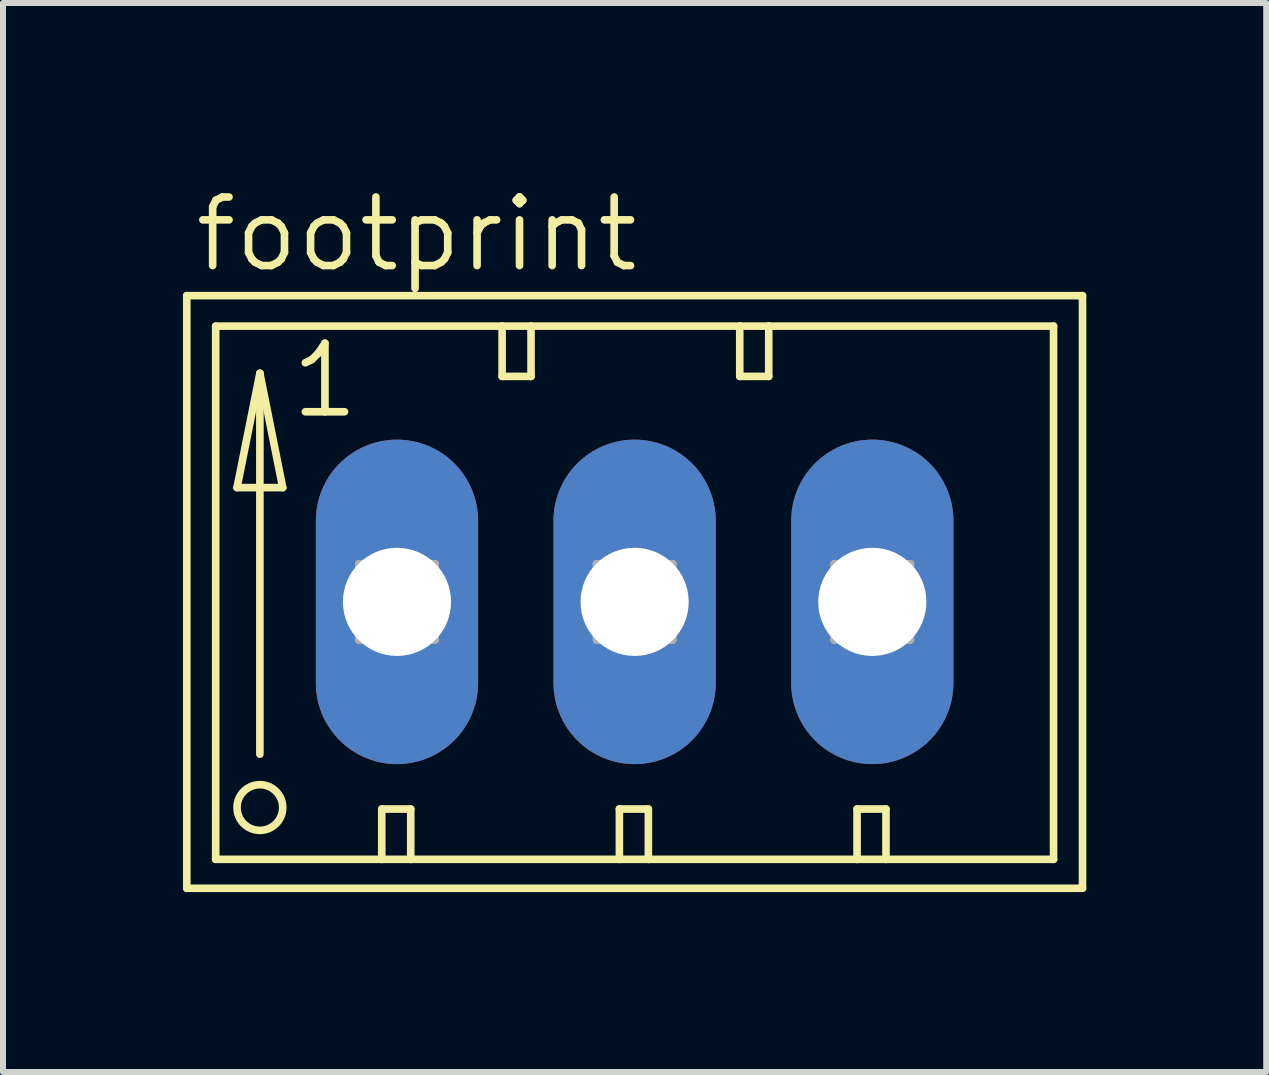
<source format=kicad_pcb>
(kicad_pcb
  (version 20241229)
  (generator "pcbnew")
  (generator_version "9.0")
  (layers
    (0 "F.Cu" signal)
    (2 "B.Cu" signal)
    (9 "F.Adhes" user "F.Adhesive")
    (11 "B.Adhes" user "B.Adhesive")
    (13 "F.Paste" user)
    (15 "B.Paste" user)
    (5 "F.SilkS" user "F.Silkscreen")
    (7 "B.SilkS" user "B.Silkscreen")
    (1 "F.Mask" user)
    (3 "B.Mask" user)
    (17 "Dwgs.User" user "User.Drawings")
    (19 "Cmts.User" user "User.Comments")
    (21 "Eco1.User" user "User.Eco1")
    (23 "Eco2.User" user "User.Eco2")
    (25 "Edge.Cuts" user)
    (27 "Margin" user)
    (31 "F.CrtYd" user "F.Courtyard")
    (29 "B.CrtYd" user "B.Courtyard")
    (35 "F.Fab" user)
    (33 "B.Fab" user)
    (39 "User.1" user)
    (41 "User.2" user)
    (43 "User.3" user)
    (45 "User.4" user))
  (footprint "footprint"
    (layer "F.Cu")
    (at 1.029 6.985)
    (property "Reference" "footprint" (at -0.889 -5.461 0) (layer "F.SilkS") (effects (font (size 1.143 1.143) (thickness 0.127)) (justify left bottom)))
    (fp_line (start -0.965 -5.105) (end -0.965 4.775) (stroke (width 0.127) (type solid)) (layer "F.SilkS"))
    (fp_line (start -0.965 4.775) (end 13.97 4.775) (stroke (width 0.127) (type solid)) (layer "F.SilkS"))
    (fp_line (start -0.483 -4.597) (end -0.483 4.293) (stroke (width 0.127) (type solid)) (layer "F.SilkS"))
    (fp_line (start -0.483 4.293) (end 2.286 4.293) (stroke (width 0.127) (type solid)) (layer "F.SilkS"))
    (fp_line (start -0.127 -1.905) (end 0.635 -1.905) (stroke (width 0.127) (type solid)) (layer "F.SilkS"))
    (fp_line (start 0.254 -3.81) (end -0.127 -1.905) (stroke (width 0.127) (type solid)) (layer "F.SilkS"))
    (fp_line (start 0.254 -3.81) (end 0.635 -1.905) (stroke (width 0.127) (type solid)) (layer "F.SilkS"))
    (fp_line (start 0.254 2.54) (end 0.254 -3.81) (stroke (width 0.127) (type solid)) (layer "F.SilkS"))
    (fp_line (start 2.286 3.454) (end 2.286 4.293) (stroke (width 0.127) (type solid)) (layer "F.SilkS"))
    (fp_line (start 2.286 3.454) (end 2.769 3.454) (stroke (width 0.127) (type solid)) (layer "F.SilkS"))
    (fp_line (start 2.286 4.293) (end 2.769 4.293) (stroke (width 0.127) (type solid)) (layer "F.SilkS"))
    (fp_line (start 2.769 3.454) (end 2.769 4.293) (stroke (width 0.127) (type solid)) (layer "F.SilkS"))
    (fp_line (start 2.769 4.293) (end 6.248 4.293) (stroke (width 0.127) (type solid)) (layer "F.SilkS"))
    (fp_line (start 4.293 -4.597) (end -0.483 -4.597) (stroke (width 0.127) (type solid)) (layer "F.SilkS"))
    (fp_line (start 4.293 -4.597) (end 4.293 -3.759) (stroke (width 0.127) (type solid)) (layer "F.SilkS"))
    (fp_line (start 4.293 -3.759) (end 4.775 -3.759) (stroke (width 0.127) (type solid)) (layer "F.SilkS"))
    (fp_line (start 4.775 -4.597) (end 4.293 -4.597) (stroke (width 0.127) (type solid)) (layer "F.SilkS"))
    (fp_line (start 4.775 -3.759) (end 4.775 -4.597) (stroke (width 0.127) (type solid)) (layer "F.SilkS"))
    (fp_line (start 6.248 3.454) (end 6.248 4.293) (stroke (width 0.127) (type solid)) (layer "F.SilkS"))
    (fp_line (start 6.248 3.454) (end 6.731 3.454) (stroke (width 0.127) (type solid)) (layer "F.SilkS"))
    (fp_line (start 6.248 4.293) (end 6.731 4.293) (stroke (width 0.127) (type solid)) (layer "F.SilkS"))
    (fp_line (start 6.731 3.454) (end 6.731 4.293) (stroke (width 0.127) (type solid)) (layer "F.SilkS"))
    (fp_line (start 6.731 4.293) (end 10.211 4.293) (stroke (width 0.127) (type solid)) (layer "F.SilkS"))
    (fp_line (start 8.255 -4.597) (end 4.775 -4.597) (stroke (width 0.127) (type solid)) (layer "F.SilkS"))
    (fp_line (start 8.255 -3.759) (end 8.255 -4.597) (stroke (width 0.127) (type solid)) (layer "F.SilkS"))
    (fp_line (start 8.255 -3.759) (end 8.738 -3.759) (stroke (width 0.127) (type solid)) (layer "F.SilkS"))
    (fp_line (start 8.738 -4.597) (end 8.255 -4.597) (stroke (width 0.127) (type solid)) (layer "F.SilkS"))
    (fp_line (start 8.738 -3.759) (end 8.738 -4.597) (stroke (width 0.127) (type solid)) (layer "F.SilkS"))
    (fp_line (start 10.211 3.454) (end 10.211 4.293) (stroke (width 0.127) (type solid)) (layer "F.SilkS"))
    (fp_line (start 10.211 3.454) (end 10.693 3.454) (stroke (width 0.127) (type solid)) (layer "F.SilkS"))
    (fp_line (start 10.211 4.293) (end 10.693 4.293) (stroke (width 0.127) (type solid)) (layer "F.SilkS"))
    (fp_line (start 10.693 3.454) (end 10.693 4.293) (stroke (width 0.127) (type solid)) (layer "F.SilkS"))
    (fp_line (start 10.693 4.293) (end 13.487 4.293) (stroke (width 0.127) (type solid)) (layer "F.SilkS"))
    (fp_line (start 13.487 -4.597) (end 8.738 -4.597) (stroke (width 0.127) (type solid)) (layer "F.SilkS"))
    (fp_line (start 13.487 4.293) (end 13.487 -4.597) (stroke (width 0.127) (type solid)) (layer "F.SilkS"))
    (fp_line (start 13.97 -5.105) (end -0.965 -5.105) (stroke (width 0.127) (type solid)) (layer "F.SilkS"))
    (fp_line (start 13.97 4.775) (end 13.97 -5.105) (stroke (width 0.127) (type solid)) (layer "F.SilkS"))
    (fp_circle (center 0.254 3.429) (end 0.635 3.429) (stroke (width 0.127) (type solid)) (fill no) (layer "F.SilkS"))
    (fp_line (start 1.905 -0.635) (end 1.905 0.635) (stroke (width 0.127) (type solid)) (layer "F.Fab"))
    (fp_line (start 1.905 -0.635) (end 3.175 0.635) (stroke (width 0.127) (type solid)) (layer "F.Fab"))
    (fp_line (start 1.905 0.635) (end 3.175 0.635) (stroke (width 0.127) (type solid)) (layer "F.Fab"))
    (fp_line (start 3.175 -0.635) (end 1.905 -0.635) (stroke (width 0.127) (type solid)) (layer "F.Fab"))
    (fp_line (start 3.175 -0.635) (end 1.905 0.635) (stroke (width 0.127) (type solid)) (layer "F.Fab"))
    (fp_line (start 3.175 0.635) (end 3.175 -0.635) (stroke (width 0.127) (type solid)) (layer "F.Fab"))
    (fp_line (start 5.867 -0.635) (end 5.867 0.635) (stroke (width 0.127) (type solid)) (layer "F.Fab"))
    (fp_line (start 5.867 -0.635) (end 7.137 0.635) (stroke (width 0.127) (type solid)) (layer "F.Fab"))
    (fp_line (start 5.867 0.635) (end 7.137 0.635) (stroke (width 0.127) (type solid)) (layer "F.Fab"))
    (fp_line (start 7.137 -0.635) (end 5.867 -0.635) (stroke (width 0.127) (type solid)) (layer "F.Fab"))
    (fp_line (start 7.137 -0.635) (end 5.867 0.635) (stroke (width 0.127) (type solid)) (layer "F.Fab"))
    (fp_line (start 7.137 0.635) (end 7.137 -0.635) (stroke (width 0.127) (type solid)) (layer "F.Fab"))
    (fp_line (start 9.83 -0.635) (end 9.83 0.635) (stroke (width 0.127) (type solid)) (layer "F.Fab"))
    (fp_line (start 9.83 -0.635) (end 11.1 0.635) (stroke (width 0.127) (type solid)) (layer "F.Fab"))
    (fp_line (start 9.83 0.635) (end 11.1 0.635) (stroke (width 0.127) (type solid)) (layer "F.Fab"))
    (fp_line (start 11.1 -0.635) (end 9.83 -0.635) (stroke (width 0.127) (type solid)) (layer "F.Fab"))
    (fp_line (start 11.1 -0.635) (end 9.83 0.635) (stroke (width 0.127) (type solid)) (layer "F.Fab"))
    (fp_line (start 11.1 0.635) (end 11.1 -0.635) (stroke (width 0.127) (type solid)) (layer "F.Fab"))
    (fp_text user "1" (at 0.711 -3.023 0) (layer "F.SilkS") (effects (font (size 1.143 1.143) (thickness 0.127)) (justify left bottom)))
    (pad "1" thru_hole oval (at 2.54 0 90) (size 5.41 2.705) (drill 1.803) (layers "*.Cu" "*.Mask"))
    (pad "2" thru_hole oval (at 6.502 0 90) (size 5.41 2.705) (drill 1.803) (layers "*.Cu" "*.Mask"))
    (pad "3" thru_hole oval (at 10.465 0 90) (size 5.41 2.705) (drill 1.803) (layers "*.Cu" "*.Mask")))
  (gr_rect
    (start -3 -3)
    (end 18.062 14.824)
    (stroke (width 0.1) (type default))
    (fill no)
    (layer "Edge.Cuts")))
</source>
